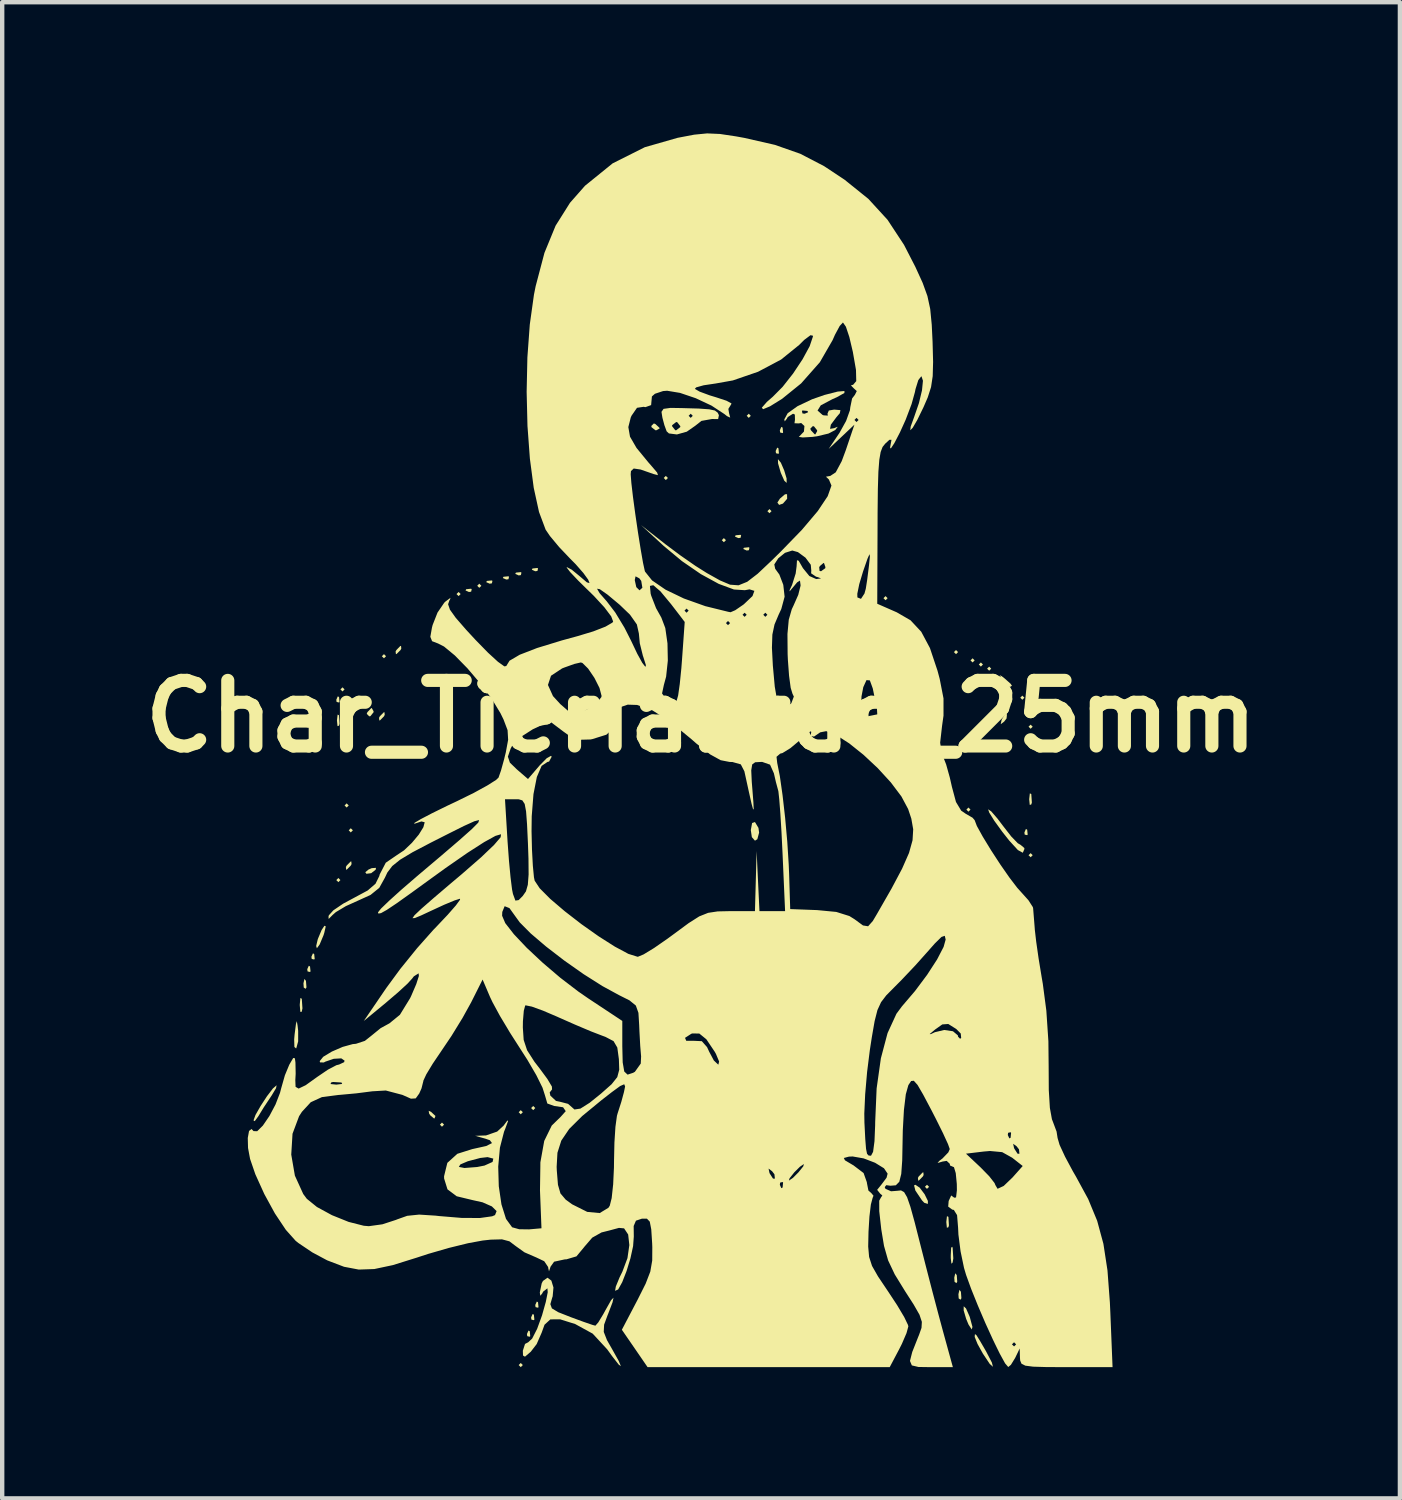
<source format=kicad_pcb>
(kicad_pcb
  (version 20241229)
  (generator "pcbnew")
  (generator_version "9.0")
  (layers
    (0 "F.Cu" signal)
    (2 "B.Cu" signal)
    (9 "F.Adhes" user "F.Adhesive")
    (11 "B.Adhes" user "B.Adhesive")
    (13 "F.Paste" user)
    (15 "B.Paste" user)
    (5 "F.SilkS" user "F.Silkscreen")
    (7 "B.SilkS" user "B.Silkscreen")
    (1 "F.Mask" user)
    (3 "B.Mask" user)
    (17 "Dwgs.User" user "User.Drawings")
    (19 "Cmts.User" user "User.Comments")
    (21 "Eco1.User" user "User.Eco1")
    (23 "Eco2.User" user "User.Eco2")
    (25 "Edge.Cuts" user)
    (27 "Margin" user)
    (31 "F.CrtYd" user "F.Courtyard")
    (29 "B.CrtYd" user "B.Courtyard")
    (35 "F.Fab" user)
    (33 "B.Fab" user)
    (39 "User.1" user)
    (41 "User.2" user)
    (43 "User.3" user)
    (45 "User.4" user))
  (footprint "Char_TieriaErde_25mm"
    (layer "F.Cu")
    (at 12.979 13.328)
    (property "Reference" "Char_TieriaErde_25mm" (at 0 0 0) (layer "F.SilkS") (effects (font (size 1.5 1.5) (thickness 0.3))))
    (attr board_only exclude_from_pos_files exclude_from_bom)
    (fp_poly (pts (xy -8.246 3.744) (xy -8.293 3.791) (xy -8.34 3.744) (xy -8.293 3.696)) (stroke (width 0) (type solid)) (fill yes) (layer "F.SilkS"))
    (fp_poly (pts (xy -8.151 -0.616) (xy -8.198 -0.569) (xy -8.246 -0.616) (xy -8.198 -0.663)) (stroke (width 0) (type solid)) (fill yes) (layer "F.SilkS"))
    (fp_poly (pts (xy -8.056 2.038) (xy -8.103 2.085) (xy -8.151 2.038) (xy -8.103 1.99)) (stroke (width 0) (type solid)) (fill yes) (layer "F.SilkS"))
    (fp_poly (pts (xy -7.961 2.606) (xy -8.009 2.654) (xy -8.056 2.606) (xy -8.009 2.559)) (stroke (width 0) (type solid)) (fill yes) (layer "F.SilkS"))
    (fp_poly (pts (xy -7.203 -1.374) (xy -7.25 -1.327) (xy -7.298 -1.374) (xy -7.25 -1.422)) (stroke (width 0) (type solid)) (fill yes) (layer "F.SilkS"))
    (fp_poly (pts (xy -5.876 9.335) (xy -5.924 9.383) (xy -5.971 9.335) (xy -5.924 9.288)) (stroke (width 0) (type solid)) (fill yes) (layer "F.SilkS"))
    (fp_poly (pts (xy -5.497 -2.796) (xy -5.544 -2.749) (xy -5.592 -2.796) (xy -5.544 -2.843)) (stroke (width 0) (type solid)) (fill yes) (layer "F.SilkS"))
    (fp_poly (pts (xy -5.023 -2.985) (xy -5.071 -2.938) (xy -5.118 -2.985) (xy -5.071 -3.033)) (stroke (width 0) (type solid)) (fill yes) (layer "F.SilkS"))
    (fp_poly (pts (xy -4.075 9.051) (xy -4.123 9.099) (xy -4.17 9.051) (xy -4.123 9.004)) (stroke (width 0) (type solid)) (fill yes) (layer "F.SilkS"))
    (fp_poly (pts (xy -4.075 14.832) (xy -4.123 14.88) (xy -4.17 14.832) (xy -4.123 14.785)) (stroke (width 0) (type solid)) (fill yes) (layer "F.SilkS"))
    (fp_poly (pts (xy -3.791 8.956) (xy -3.838 9.004) (xy -3.886 8.956) (xy -3.838 8.909)) (stroke (width 0) (type solid)) (fill yes) (layer "F.SilkS"))
    (fp_poly (pts (xy -0.758 -5.45) (xy -0.806 -5.402) (xy -0.853 -5.45) (xy -0.806 -5.497)) (stroke (width 0) (type solid)) (fill yes) (layer "F.SilkS"))
    (fp_poly (pts (xy 0.569 -4.028) (xy 0.521 -3.981) (xy 0.474 -4.028) (xy 0.521 -4.075)) (stroke (width 0) (type solid)) (fill yes) (layer "F.SilkS"))
    (fp_poly (pts (xy 1.137 -6.871) (xy 1.09 -6.824) (xy 1.043 -6.871) (xy 1.09 -6.919)) (stroke (width 0) (type solid)) (fill yes) (layer "F.SilkS"))
    (fp_poly (pts (xy 1.611 -4.691) (xy 1.564 -4.644) (xy 1.516 -4.691) (xy 1.564 -4.739)) (stroke (width 0) (type solid)) (fill yes) (layer "F.SilkS"))
    (fp_poly (pts (xy 4.265 -2.701) (xy 4.218 -2.654) (xy 4.17 -2.701) (xy 4.218 -2.749)) (stroke (width 0) (type solid)) (fill yes) (layer "F.SilkS"))
    (fp_poly (pts (xy 5.213 10.757) (xy 5.165 10.804) (xy 5.118 10.757) (xy 5.165 10.71)) (stroke (width 0) (type solid)) (fill yes) (layer "F.SilkS"))
    (fp_poly (pts (xy 5.876 -1.469) (xy 5.829 -1.422) (xy 5.781 -1.469) (xy 5.829 -1.516)) (stroke (width 0) (type solid)) (fill yes) (layer "F.SilkS"))
    (fp_poly (pts (xy 6.16 2.132) (xy 6.113 2.18) (xy 6.066 2.132) (xy 6.113 2.085)) (stroke (width 0) (type solid)) (fill yes) (layer "F.SilkS"))
    (fp_poly (pts (xy 6.255 -1.279) (xy 6.208 -1.232) (xy 6.16 -1.279) (xy 6.208 -1.327)) (stroke (width 0) (type solid)) (fill yes) (layer "F.SilkS"))
    (fp_poly (pts (xy 6.445 -1.185) (xy 6.397 -1.137) (xy 6.35 -1.185) (xy 6.397 -1.232)) (stroke (width 0) (type solid)) (fill yes) (layer "F.SilkS"))
    (fp_poly (pts (xy 6.634 -1.09) (xy 6.587 -1.043) (xy 6.54 -1.09) (xy 6.587 -1.137)) (stroke (width 0) (type solid)) (fill yes) (layer "F.SilkS"))
    (fp_poly (pts (xy 7.393 -0.426) (xy 7.345 -0.379) (xy 7.298 -0.426) (xy 7.345 -0.474)) (stroke (width 0) (type solid)) (fill yes) (layer "F.SilkS"))
    (fp_poly (pts (xy 7.582 0.237) (xy 7.535 0.284) (xy 7.487 0.237) (xy 7.535 0.19)) (stroke (width 0) (type solid)) (fill yes) (layer "F.SilkS"))
    (fp_poly (pts (xy 7.582 3.175) (xy 7.535 3.222) (xy 7.487 3.175) (xy 7.535 3.128)) (stroke (width 0) (type solid)) (fill yes) (layer "F.SilkS"))
    (fp_poly (pts (xy -9.034 6.048) (xy -9.022 6.196) (xy -9.041 6.23) (xy -9.084 6.201) (xy -9.091 6.105) (xy -9.068 6.004)) (stroke (width 0) (type solid)) (fill yes) (layer "F.SilkS"))
    (fp_poly (pts (xy -8.941 5.718) (xy -8.929 5.831) (xy -8.941 5.845) (xy -8.997 5.832) (xy -9.004 5.781) (xy -8.969 5.703)) (stroke (width 0) (type solid)) (fill yes) (layer "F.SilkS"))
    (fp_poly (pts (xy -8.846 5.434) (xy -8.834 5.546) (xy -8.846 5.56) (xy -8.902 5.547) (xy -8.909 5.497) (xy -8.874 5.419)) (stroke (width 0) (type solid)) (fill yes) (layer "F.SilkS"))
    (fp_poly (pts (xy -8.278 -0.024) (xy -8.265 0.17) (xy -8.278 0.213) (xy -8.312 0.225) (xy -8.325 0.095) (xy -8.31 -0.04)) (stroke (width 0) (type solid)) (fill yes) (layer "F.SilkS"))
    (fp_poly (pts (xy -8.277 -0.442) (xy -8.266 -0.33) (xy -8.277 -0.316) (xy -8.333 -0.329) (xy -8.34 -0.379) (xy -8.306 -0.457)) (stroke (width 0) (type solid)) (fill yes) (layer "F.SilkS"))
    (fp_poly (pts (xy -5.244 -2.906) (xy -5.257 -2.85) (xy -5.307 -2.843) (xy -5.385 -2.878) (xy -5.371 -2.906) (xy -5.258 -2.918)) (stroke (width 0) (type solid)) (fill yes) (layer "F.SilkS"))
    (fp_poly (pts (xy -4.77 -3.096) (xy -4.783 -3.04) (xy -4.834 -3.033) (xy -4.912 -3.068) (xy -4.897 -3.096) (xy -4.784 -3.107)) (stroke (width 0) (type solid)) (fill yes) (layer "F.SilkS"))
    (fp_poly (pts (xy -4.391 -3.191) (xy -4.404 -3.134) (xy -4.454 -3.128) (xy -4.532 -3.162) (xy -4.518 -3.191) (xy -4.405 -3.202)) (stroke (width 0) (type solid)) (fill yes) (layer "F.SilkS"))
    (fp_poly (pts (xy -4.107 -3.286) (xy -4.12 -3.229) (xy -4.17 -3.222) (xy -4.248 -3.257) (xy -4.233 -3.286) (xy -4.121 -3.297)) (stroke (width 0) (type solid)) (fill yes) (layer "F.SilkS"))
    (fp_poly (pts (xy -3.917 14.058) (xy -3.906 14.171) (xy -3.917 14.185) (xy -3.974 14.172) (xy -3.981 14.122) (xy -3.946 14.044)) (stroke (width 0) (type solid)) (fill yes) (layer "F.SilkS"))
    (fp_poly (pts (xy -3.823 13.679) (xy -3.811 13.792) (xy -3.823 13.806) (xy -3.879 13.793) (xy -3.886 13.743) (xy -3.851 13.665)) (stroke (width 0) (type solid)) (fill yes) (layer "F.SilkS"))
    (fp_poly (pts (xy -3.728 -3.38) (xy -3.741 -3.324) (xy -3.791 -3.317) (xy -3.869 -3.352) (xy -3.854 -3.38) (xy -3.742 -3.392)) (stroke (width 0) (type solid)) (fill yes) (layer "F.SilkS"))
    (fp_poly (pts (xy -3.728 13.395) (xy -3.717 13.508) (xy -3.728 13.521) (xy -3.784 13.508) (xy -3.791 13.458) (xy -3.756 13.38)) (stroke (width 0) (type solid)) (fill yes) (layer "F.SilkS"))
    (fp_poly (pts (xy 0.916 -4.139) (xy 0.903 -4.082) (xy 0.853 -4.075) (xy 0.775 -4.11) (xy 0.79 -4.139) (xy 0.902 -4.15)) (stroke (width 0) (type solid)) (fill yes) (layer "F.SilkS"))
    (fp_poly (pts (xy 1.106 -3.854) (xy 1.093 -3.798) (xy 1.043 -3.791) (xy 0.965 -3.826) (xy 0.979 -3.854) (xy 1.092 -3.866)) (stroke (width 0) (type solid)) (fill yes) (layer "F.SilkS"))
    (fp_poly (pts (xy 1.769 -6.129) (xy 1.78 -6.016) (xy 1.769 -6.002) (xy 1.713 -6.015) (xy 1.706 -6.066) (xy 1.741 -6.144)) (stroke (width 0) (type solid)) (fill yes) (layer "F.SilkS"))
    (fp_poly (pts (xy 1.864 -6.603) (xy 1.875 -6.49) (xy 1.864 -6.476) (xy 1.808 -6.489) (xy 1.801 -6.54) (xy 1.835 -6.618)) (stroke (width 0) (type solid)) (fill yes) (layer "F.SilkS"))
    (fp_poly (pts (xy 5.655 11.444) (xy 5.667 11.638) (xy 5.655 11.681) (xy 5.62 11.693) (xy 5.607 11.563) (xy 5.622 11.428)) (stroke (width 0) (type solid)) (fill yes) (layer "F.SilkS"))
    (fp_poly (pts (xy 5.846 12.777) (xy 5.857 12.925) (xy 5.839 12.959) (xy 5.796 12.93) (xy 5.789 12.834) (xy 5.812 12.733)) (stroke (width 0) (type solid)) (fill yes) (layer "F.SilkS"))
    (fp_poly (pts (xy 5.941 13.156) (xy 5.952 13.304) (xy 5.933 13.338) (xy 5.89 13.309) (xy 5.884 13.213) (xy 5.907 13.112)) (stroke (width 0) (type solid)) (fill yes) (layer "F.SilkS"))
    (fp_poly (pts (xy 7.456 -0.158) (xy 7.467 -0.045) (xy 7.456 -0.032) (xy 7.399 -0.045) (xy 7.393 -0.095) (xy 7.427 -0.173)) (stroke (width 0) (type solid)) (fill yes) (layer "F.SilkS"))
    (fp_poly (pts (xy 7.456 2.591) (xy 7.467 2.703) (xy 7.456 2.717) (xy 7.399 2.704) (xy 7.393 2.654) (xy 7.427 2.576)) (stroke (width 0) (type solid)) (fill yes) (layer "F.SilkS"))
    (fp_poly (pts (xy 7.55 1.777) (xy 7.563 1.971) (xy 7.55 2.014) (xy 7.515 2.026) (xy 7.502 1.896) (xy 7.517 1.761)) (stroke (width 0) (type solid)) (fill yes) (layer "F.SilkS"))
    (fp_poly (pts (xy 7.552 0.551) (xy 7.563 0.699) (xy 7.545 0.733) (xy 7.501 0.704) (xy 7.495 0.608) (xy 7.518 0.507)) (stroke (width 0) (type solid)) (fill yes) (layer "F.SilkS"))
    (fp_poly (pts (xy -7.441 3.508) (xy -7.542 3.586) (xy -7.651 3.6) (xy -7.677 3.564) (xy -7.603 3.503) (xy -7.53 3.471) (xy -7.432 3.464)) (stroke (width 0) (type solid)) (fill yes) (layer "F.SilkS"))
    (fp_poly (pts (xy -6.175 9.042) (xy -6.073 9.137) (xy -6.094 9.192) (xy -6.107 9.193) (xy -6.188 9.126) (xy -6.217 9.084) (xy -6.228 9.019)) (stroke (width 0) (type solid)) (fill yes) (layer "F.SilkS"))
    (fp_poly (pts (xy 1.968 -4.974) (xy 1.872 -4.864) (xy 1.784 -4.834) (xy 1.745 -4.888) (xy 1.803 -4.978) (xy 1.919 -5.077) (xy 1.966 -5.079)) (stroke (width 0) (type solid)) (fill yes) (layer "F.SilkS"))
    (fp_poly (pts (xy 6.984 0.05) (xy 6.93 0.12) (xy 6.851 0.18) (xy 6.871 0.085) (xy 6.877 0.067) (xy 6.952 -0.049) (xy 6.995 -0.05)) (stroke (width 0) (type solid)) (fill yes) (layer "F.SilkS"))
    (fp_poly (pts (xy -9.132 6.454) (xy -9.128 6.47) (xy -9.114 6.677) (xy -9.131 6.755) (xy -9.162 6.758) (xy -9.175 6.609) (xy -9.175 6.587) (xy -9.161 6.44)) (stroke (width 0) (type solid)) (fill yes) (layer "F.SilkS"))
    (fp_poly (pts (xy -7.991 3.378) (xy -8.009 3.412) (xy -8.098 3.502) (xy -8.115 3.507) (xy -8.121 3.445) (xy -8.103 3.412) (xy -8.014 3.321) (xy -7.997 3.317)) (stroke (width 0) (type solid)) (fill yes) (layer "F.SilkS"))
    (fp_poly (pts (xy -7.488 -0.116) (xy -7.487 -0.095) (xy -7.56 -0.004) (xy -7.588 -0.000001) (xy -7.644 -0.058) (xy -7.629 -0.095) (xy -7.544 -0.185) (xy -7.529 -0.19)) (stroke (width 0) (type solid)) (fill yes) (layer "F.SilkS"))
    (fp_poly (pts (xy -7.233 -0.034) (xy -7.25 -0.000001) (xy -7.34 0.091) (xy -7.356 0.095) (xy -7.363 0.034) (xy -7.345 -0.000001) (xy -7.256 -0.091) (xy -7.239 -0.095)) (stroke (width 0) (type solid)) (fill yes) (layer "F.SilkS"))
    (fp_poly (pts (xy -6.854 -1.55) (xy -6.871 -1.516) (xy -6.961 -1.426) (xy -6.977 -1.422) (xy -6.984 -1.483) (xy -6.966 -1.516) (xy -6.877 -1.607) (xy -6.86 -1.611)) (stroke (width 0) (type solid)) (fill yes) (layer "F.SilkS"))
    (fp_poly (pts (xy -1.043 -6.682) (xy -0.952 -6.597) (xy -0.948 -6.581) (xy -1.021 -6.541) (xy -1.043 -6.54) (xy -1.134 -6.612) (xy -1.137 -6.64) (xy -1.079 -6.697)) (stroke (width 0) (type solid)) (fill yes) (layer "F.SilkS"))
    (fp_poly (pts (xy 1.312 2.55) (xy 1.327 2.659) (xy 1.286 2.81) (xy 1.232 2.843) (xy 1.161 2.762) (xy 1.137 2.601) (xy 1.167 2.439) (xy 1.232 2.417)) (stroke (width 0) (type solid)) (fill yes) (layer "F.SilkS"))
    (fp_poly (pts (xy 5.088 10.487) (xy 5.071 10.52) (xy 4.981 10.611) (xy 4.965 10.615) (xy 4.958 10.554) (xy 4.976 10.52) (xy 5.065 10.43) (xy 5.082 10.425)) (stroke (width 0) (type solid)) (fill yes) (layer "F.SilkS"))
    (fp_poly (pts (xy 5.752 12.155) (xy 5.767 12.395) (xy 5.752 12.487) (xy 5.724 12.516) (xy 5.709 12.385) (xy 5.709 12.321) (xy 5.718 12.148) (xy 5.743 12.128)) (stroke (width 0) (type solid)) (fill yes) (layer "F.SilkS"))
    (fp_poly (pts (xy 6.874 -0.918) (xy 6.942 -0.865) (xy 7.074 -0.748) (xy 7.108 -0.699) (xy 7.062 -0.671) (xy 6.936 -0.793) (xy 6.907 -0.829) (xy 6.825 -0.942)) (stroke (width 0) (type solid)) (fill yes) (layer "F.SilkS"))
    (fp_poly (pts (xy -8.581 4.802) (xy -8.615 4.951) (xy -8.631 5.002) (xy -8.72 5.215) (xy -8.784 5.303) (xy -8.8 5.251) (xy -8.763 5.094) (xy -8.676 4.886) (xy -8.611 4.788)) (stroke (width 0) (type solid)) (fill yes) (layer "F.SilkS"))
    (fp_poly (pts (xy 4.999 10.777) (xy 5.112 10.928) (xy 5.186 11.08) (xy 5.185 11.148) (xy 5.103 11.122) (xy 5.051 11.067) (xy 4.9 10.842) (xy 4.87 10.724) (xy 4.9 10.71)) (stroke (width 0) (type solid)) (fill yes) (layer "F.SilkS"))
    (fp_poly (pts (xy 6.058 13.538) (xy 6.136 13.714) (xy 6.145 13.738) (xy 6.205 13.961) (xy 6.188 14.019) (xy 6.114 13.904) (xy 6.061 13.777) (xy 6.004 13.583) (xy 6.005 13.488)) (stroke (width 0) (type solid)) (fill yes) (layer "F.SilkS"))
    (fp_poly (pts (xy -9.225 7.074) (xy -9.212 7.191) (xy -9.212 7.432) (xy -9.254 7.585) (xy -9.26 7.592) (xy -9.298 7.56) (xy -9.303 7.386) (xy -9.293 7.272) (xy -9.262 7.031) (xy -9.243 6.969)) (stroke (width 0) (type solid)) (fill yes) (layer "F.SilkS"))
    (fp_poly (pts (xy 1.825 -5.798) (xy 1.9 -5.624) (xy 1.955 -5.441) (xy 1.957 -5.337) (xy 1.957 -5.337) (xy 1.903 -5.387) (xy 1.825 -5.563) (xy 1.817 -5.587) (xy 1.76 -5.784) (xy 1.757 -5.875) (xy 1.761 -5.876)) (stroke (width 0) (type solid)) (fill yes) (layer "F.SilkS"))
    (fp_poly (pts (xy 6.296 14.149) (xy 6.38 14.284) (xy 6.519 14.524) (xy 6.649 14.775) (xy 6.673 14.872) (xy 6.601 14.807) (xy 6.446 14.575) (xy 6.444 14.572) (xy 6.321 14.35) (xy 6.258 14.194) (xy 6.256 14.177) (xy 6.262 14.124)) (stroke (width 0) (type solid)) (fill yes) (layer "F.SilkS"))
    (fp_poly (pts (xy -9.718 8.502) (xy -9.816 8.666) (xy -9.836 8.696) (xy -9.998 8.94) (xy -10.124 9.146) (xy -10.205 9.256) (xy -10.233 9.239) (xy -10.187 9.113) (xy -10.07 8.908) (xy -9.925 8.686) (xy -9.789 8.508) (xy -9.705 8.435) (xy -9.705 8.435)) (stroke (width 0) (type solid)) (fill yes) (layer "F.SilkS"))
    (fp_poly (pts (xy 6.634 2.173) (xy 6.777 2.338) (xy 6.909 2.512) (xy 7.092 2.747) (xy 7.242 2.902) (xy 7.304 2.938) (xy 7.39 3.01) (xy 7.393 3.033) (xy 7.356 3.119) (xy 7.243 3.057) (xy 7.045 2.84) (xy 6.887 2.64) (xy 6.705 2.389) (xy 6.589 2.202) (xy 6.563 2.125)) (stroke (width 0) (type solid)) (fill yes) (layer "F.SilkS"))
    (fp_poly (pts (xy -0.446 -7.048) (xy -0.056 -7.037) (xy 0.185 -7.02) (xy 0.316 -6.992) (xy 0.38 -6.943) (xy 0.408 -6.886) (xy 0.39 -6.796) (xy 0.249 -6.798) (xy 0.009 -6.755) (xy -0.136 -6.641) (xy -0.327 -6.508) (xy -0.552 -6.445) (xy -0.735 -6.468) (xy -0.787 -6.516) (xy -0.83 -6.634) (xy -0.663 -6.634) (xy -0.591 -6.542) (xy -0.569 -6.54) (xy -0.477 -6.612) (xy -0.474 -6.634) (xy -0.546 -6.726) (xy -0.569 -6.729) (xy -0.661 -6.657) (xy -0.663 -6.634) (xy -0.83 -6.634) (xy -0.838 -6.655) (xy -0.883 -6.824) (xy -0.891 -6.871) (xy -0.284 -6.871) (xy -0.237 -6.824) (xy -0.19 -6.871) (xy -0.237 -6.919) (xy -0.284 -6.871) (xy -0.891 -6.871) (xy -0.905 -6.962) (xy -0.858 -7.03) (xy -0.7 -7.052)) (stroke (width 0) (type solid)) (fill yes) (layer "F.SilkS"))
    (fp_poly (pts (xy -3.423 12.901) (xy -3.375 13.059) (xy -3.393 13.261) (xy -3.406 13.299) (xy -3.446 13.44) (xy -3.411 13.536) (xy -3.267 13.623) (xy -2.978 13.737) (xy -2.978 13.737) (xy -2.692 13.842) (xy -2.486 13.913) (xy -2.416 13.932) (xy -2.35 13.857) (xy -2.235 13.667) (xy -2.186 13.577) (xy -2.057 13.349) (xy -2.002 13.291) (xy -2.024 13.397) (xy -2.125 13.662) (xy -2.137 13.691) (xy -2.217 13.909) (xy -2.225 14.074) (xy -2.151 14.263) (xy -2.038 14.461) (xy -1.883 14.738) (xy -1.833 14.858) (xy -1.884 14.821) (xy -2.035 14.627) (xy -2.147 14.472) (xy -2.478 14.114) (xy -2.879 13.894) (xy -3.224 13.786) (xy -3.446 13.788) (xy -3.579 13.91) (xy -3.644 14.09) (xy -3.759 14.353) (xy -3.894 14.528) (xy -4.026 14.641) (xy -4.071 14.614) (xy -4.075 14.504) (xy -4.025 14.349) (xy -3.952 14.311) (xy -3.862 14.227) (xy -3.748 14.004) (xy -3.636 13.695) (xy -3.55 13.389) (xy -3.506 13.168) (xy -3.513 13.079) (xy -3.515 13.079) (xy -3.61 13.153) (xy -3.634 13.198) (xy -3.676 13.248) (xy -3.687 13.174) (xy -3.644 12.965) (xy -3.615 12.909) (xy -3.512 12.835)) (stroke (width 0) (type solid)) (fill yes) (layer "F.SilkS"))
    (fp_poly (pts (xy 3.277 -7.393) (xy 3.106 -7.297) (xy 3 -7.25) (xy 2.737 -7.111) (xy 2.663 -6.992) (xy 2.776 -6.892) (xy 2.801 -6.882) (xy 2.899 -6.876) (xy 2.89 -6.92) (xy 2.921 -6.992) (xy 3.042 -7.013) (xy 3.186 -7.001) (xy 3.173 -6.931) (xy 3.095 -6.84) (xy 2.967 -6.668) (xy 2.949 -6.573) (xy 3.045 -6.589) (xy 3.057 -6.595) (xy 3.126 -6.621) (xy 3.068 -6.546) (xy 2.912 -6.465) (xy 2.651 -6.403) (xy 2.547 -6.389) (xy 2.326 -6.376) (xy 2.235 -6.389) (xy 2.251 -6.405) (xy 2.352 -6.511) (xy 2.358 -6.576) (xy 2.497 -6.576) (xy 2.512 -6.54) (xy 2.597 -6.449) (xy 2.612 -6.445) (xy 2.653 -6.518) (xy 2.654 -6.54) (xy 2.581 -6.631) (xy 2.553 -6.634) (xy 2.497 -6.576) (xy 2.358 -6.576) (xy 2.363 -6.638) (xy 2.29 -6.706) (xy 2.232 -6.697) (xy 2.136 -6.701) (xy 2.147 -6.781) (xy 2.144 -6.9) (xy 2.103 -6.919) (xy 1.983 -6.844) (xy 1.958 -6.8) (xy 1.913 -6.744) (xy 1.903 -6.789) (xy 1.98 -6.93) (xy 2.053 -6.982) (xy 2.306 -6.982) (xy 2.319 -6.925) (xy 2.369 -6.919) (xy 2.447 -6.953) (xy 2.433 -6.982) (xy 2.32 -6.993) (xy 2.306 -6.982) (xy 2.053 -6.982) (xy 2.205 -7.091) (xy 2.538 -7.249) (xy 2.822 -7.348) (xy 3.123 -7.425) (xy 3.278 -7.438)) (stroke (width 0) (type solid)) (fill yes) (layer "F.SilkS"))
    (fp_poly (pts (xy 0.432 -13.315) (xy 0.799 -13.26) (xy 0.991 -13.225) (xy 1.687 -13.066) (xy 2.269 -12.862) (xy 2.812 -12.58) (xy 3.281 -12.269) (xy 3.825 -11.831) (xy 4.263 -11.353) (xy 4.64 -10.78) (xy 4.898 -10.279) (xy 5.067 -9.909) (xy 5.175 -9.61) (xy 5.239 -9.314) (xy 5.274 -8.953) (xy 5.293 -8.561) (xy 5.305 -8.104) (xy 5.296 -7.778) (xy 5.258 -7.527) (xy 5.183 -7.293) (xy 5.086 -7.069) (xy 4.943 -6.776) (xy 4.838 -6.596) (xy 4.783 -6.541) (xy 4.793 -6.627) (xy 4.873 -6.848) (xy 4.981 -7.161) (xy 5.051 -7.453) (xy 5.073 -7.673) (xy 5.041 -7.77) (xy 5.033 -7.772) (xy 4.967 -7.688) (xy 4.903 -7.482) (xy 4.89 -7.416) (xy 4.813 -7.139) (xy 4.678 -6.782) (xy 4.547 -6.492) (xy 4.419 -6.246) (xy 4.338 -6.123) (xy 4.321 -6.146) (xy 4.324 -6.16) (xy 4.354 -6.323) (xy 4.306 -6.322) (xy 4.211 -6.235) (xy 4.15 -6.159) (xy 4.106 -6.044) (xy 4.075 -5.864) (xy 4.054 -5.591) (xy 4.042 -5.197) (xy 4.036 -4.655) (xy 4.035 -4.323) (xy 4.028 -2.574) (xy 4.475 -2.378) (xy 4.789 -2.196) (xy 5.034 -1.934) (xy 5.233 -1.561) (xy 5.406 -1.043) (xy 5.456 -0.856) (xy 5.543 -0.409) (xy 5.543 -0.016) (xy 5.511 0.21) (xy 5.466 0.603) (xy 5.506 0.86) (xy 5.525 0.899) (xy 5.603 1.099) (xy 5.688 1.403) (xy 5.735 1.611) (xy 5.828 1.958) (xy 5.947 2.156) (xy 6.048 2.226) (xy 6.207 2.318) (xy 6.255 2.374) (xy 6.306 2.508) (xy 6.44 2.75) (xy 6.627 3.057) (xy 6.84 3.384) (xy 7.05 3.686) (xy 7.228 3.919) (xy 7.309 4.009) (xy 7.485 4.205) (xy 7.585 4.361) (xy 7.592 4.388) (xy 7.605 4.551) (xy 7.626 4.812) (xy 7.631 4.881) (xy 7.662 5.15) (xy 7.717 5.535) (xy 7.788 5.968) (xy 7.813 6.113) (xy 7.894 6.728) (xy 7.941 7.428) (xy 7.947 8.009) (xy 7.95 8.543) (xy 7.975 8.954) (xy 8.022 9.213) (xy 8.04 9.258) (xy 8.128 9.493) (xy 8.151 9.64) (xy 8.197 9.798) (xy 8.322 10.068) (xy 8.5 10.4) (xy 8.572 10.524) (xy 8.851 11.037) (xy 9.056 11.533) (xy 9.199 12.061) (xy 9.292 12.669) (xy 9.347 13.404) (xy 9.357 13.624) (xy 9.408 14.88) (xy 8.353 14.88) (xy 7.894 14.878) (xy 7.592 14.869) (xy 7.414 14.846) (xy 7.326 14.801) (xy 7.296 14.729) (xy 7.291 14.667) (xy 7.285 14.453) (xy 7.182 14.667) (xy 7.084 14.827) (xy 7.023 14.877) (xy 6.951 14.793) (xy 6.829 14.571) (xy 6.725 14.359) (xy 7.108 14.359) (xy 7.156 14.406) (xy 7.203 14.359) (xy 7.156 14.311) (xy 7.108 14.359) (xy 6.725 14.359) (xy 6.673 14.251) (xy 6.5 13.872) (xy 6.329 13.473) (xy 6.176 13.093) (xy 6.059 12.77) (xy 6.012 12.611) (xy 5.933 12.232) (xy 5.884 11.849) (xy 5.876 11.685) (xy 5.853 11.404) (xy 5.779 11.285) (xy 5.743 11.278) (xy 5.65 11.209) (xy 5.661 11.081) (xy 5.719 10.955) (xy 5.789 11.006) (xy 5.83 11) (xy 5.849 10.837) (xy 5.847 10.692) (xy 5.823 10.444) (xy 5.782 10.308) (xy 5.758 10.298) (xy 5.692 10.269) (xy 5.687 10.231) (xy 5.616 10.164) (xy 5.521 10.179) (xy 5.407 10.213) (xy 5.444 10.167) (xy 5.521 10.107) (xy 5.625 9.999) (xy 6.057 9.999) (xy 6.393 10.315) (xy 6.589 10.516) (xy 6.71 10.671) (xy 6.729 10.717) (xy 6.779 10.802) (xy 6.919 10.737) (xy 7.121 10.543) (xy 7.354 10.281) (xy 7.112 10.091) (xy 6.884 9.964) (xy 6.606 9.938) (xy 6.464 9.95) (xy 6.057 9.999) (xy 5.625 9.999) (xy 5.653 9.97) (xy 5.686 9.894) (xy 5.645 9.778) (xy 5.642 9.772) (xy 7.135 9.772) (xy 7.155 9.867) (xy 7.162 9.884) (xy 7.237 10.001) (xy 7.279 10.001) (xy 7.269 9.901) (xy 7.215 9.831) (xy 7.135 9.772) (xy 5.642 9.772) (xy 5.55 9.572) (xy 7.013 9.572) (xy 7.048 9.65) (xy 7.077 9.636) (xy 7.088 9.523) (xy 7.077 9.509) (xy 7.02 9.522) (xy 7.013 9.572) (xy 5.55 9.572) (xy 5.534 9.536) (xy 5.372 9.21) (xy 5.271 9.013) (xy 5.077 8.647) (xy 4.949 8.427) (xy 4.864 8.332) (xy 4.803 8.338) (xy 4.745 8.424) (xy 4.738 8.437) (xy 4.681 8.642) (xy 4.638 8.999) (xy 4.612 9.47) (xy 4.608 9.684) (xy 4.599 10.153) (xy 4.577 10.462) (xy 4.532 10.642) (xy 4.453 10.722) (xy 4.328 10.732) (xy 4.234 10.719) (xy 4.199 10.765) (xy 4.216 10.802) (xy 4.344 10.859) (xy 4.484 10.848) (xy 4.571 10.839) (xy 4.642 10.878) (xy 4.71 10.994) (xy 4.786 11.213) (xy 4.883 11.565) (xy 4.996 12.009) (xy 5.137 12.562) (xy 5.287 13.142) (xy 5.428 13.676) (xy 5.529 14.051) (xy 5.757 14.88) (xy 5.241 14.88) (xy 4.97 14.876) (xy 4.819 14.84) (xy 4.776 14.738) (xy 4.828 14.534) (xy 4.963 14.192) (xy 4.984 14.141) (xy 5.04 13.982) (xy 5.048 13.845) (xy 4.994 13.682) (xy 4.861 13.449) (xy 4.666 13.146) (xy 4.428 12.759) (xy 4.277 12.44) (xy 4.183 12.109) (xy 4.12 11.729) (xy 4.074 11.315) (xy 4.073 11.074) (xy 4.117 10.993) (xy 4.119 10.993) (xy 4.144 10.954) (xy 4.095 10.913) (xy 4.026 10.826) (xy 4.118 10.713) (xy 4.241 10.549) (xy 4.265 10.456) (xy 4.182 10.333) (xy 3.978 10.207) (xy 3.717 10.107) (xy 3.465 10.063) (xy 3.379 10.067) (xy 3.264 10.098) (xy 3.29 10.151) (xy 3.47 10.258) (xy 3.483 10.265) (xy 3.716 10.442) (xy 3.791 10.654) (xy 3.791 10.665) (xy 3.826 10.842) (xy 3.891 10.899) (xy 3.942 10.96) (xy 3.921 11.014) (xy 3.882 11.162) (xy 3.849 11.439) (xy 3.828 11.788) (xy 3.828 11.796) (xy 3.821 12.123) (xy 3.842 12.36) (xy 3.909 12.566) (xy 4.045 12.805) (xy 4.267 13.136) (xy 4.272 13.143) (xy 4.484 13.465) (xy 4.645 13.736) (xy 4.731 13.915) (xy 4.739 13.949) (xy 4.697 14.102) (xy 4.591 14.348) (xy 4.526 14.477) (xy 4.313 14.88) (xy 1.545 14.88) (xy -1.223 14.88) (xy -1.517 14.452) (xy -1.811 14.025) (xy -1.451 13.338) (xy -1.267 12.971) (xy -1.161 12.696) (xy -1.117 12.443) (xy -1.115 12.14) (xy -1.118 12.054) (xy -1.139 11.729) (xy -1.173 11.553) (xy -1.238 11.485) (xy -1.35 11.485) (xy -1.355 11.486) (xy -1.489 11.531) (xy -1.541 11.653) (xy -1.538 11.894) (xy -1.554 12.113) (xy -1.615 12.392) (xy -1.704 12.684) (xy -1.803 12.937) (xy -1.896 13.104) (xy -1.966 13.135) (xy -1.949 13.037) (xy -1.864 12.829) (xy -1.799 12.697) (xy -1.683 12.387) (xy -1.64 12.089) (xy -1.667 11.847) (xy -1.76 11.707) (xy -1.877 11.696) (xy -2.096 11.755) (xy -2.276 11.8) (xy -2.488 11.919) (xy -2.67 12.13) (xy -2.674 12.136) (xy -2.849 12.347) (xy -3.079 12.415) (xy -3.116 12.416) (xy -3.36 12.469) (xy -3.441 12.582) (xy -3.477 12.689) (xy -3.494 12.615) (xy -3.496 12.592) (xy -3.586 12.458) (xy -3.767 12.372) (xy -4.037 12.255) (xy -4.236 12.113) (xy -4.382 12.003) (xy -4.552 11.958) (xy -4.812 11.965) (xy -4.994 11.985) (xy -5.326 12.046) (xy -5.766 12.154) (xy -6.243 12.292) (xy -6.503 12.377) (xy -7.047 12.547) (xy -7.471 12.637) (xy -7.826 12.649) (xy -8.163 12.585) (xy -8.533 12.444) (xy -8.554 12.435) (xy -8.887 12.257) (xy -9.208 12.041) (xy -9.27 11.991) (xy -9.494 11.74) (xy -9.744 11.365) (xy -9.986 10.922) (xy -10.191 10.47) (xy -10.311 10.12) (xy -10.33 10.02) (xy -9.37 10.02) (xy -9.287 10.501) (xy -9.096 10.921) (xy -9.014 11.031) (xy -8.783 11.218) (xy -8.44 11.405) (xy -8.058 11.559) (xy -7.712 11.647) (xy -7.596 11.657) (xy -7.286 11.614) (xy -6.97 11.511) (xy -6.956 11.504) (xy -6.719 11.42) (xy -6.446 11.392) (xy -6.069 11.416) (xy -5.994 11.425) (xy -5.473 11.468) (xy -5.056 11.47) (xy -4.777 11.431) (xy -4.711 11.403) (xy -4.675 11.312) (xy -4.783 11.205) (xy -4.997 11.111) (xy -5.218 11.062) (xy -5.587 10.973) (xy -5.798 10.815) (xy -5.875 10.567) (xy -5.876 10.515) (xy -5.824 10.302) (xy -5.538 10.302) (xy -5.413 10.326) (xy -5.402 10.326) (xy -5.12 10.304) (xy -4.952 10.271) (xy -4.767 10.188) (xy -4.75 10.112) (xy -4.881 10.078) (xy -5.047 10.097) (xy -5.332 10.172) (xy -5.503 10.245) (xy -5.538 10.302) (xy -5.824 10.302) (xy -5.801 10.209) (xy -5.572 10.002) (xy -5.233 9.895) (xy -4.913 9.824) (xy -4.78 9.757) (xy -4.829 9.692) (xy -4.929 9.657) (xy -5.165 9.591) (xy -4.916 9.582) (xy -4.662 9.494) (xy -4.516 9.359) (xy -4.427 9.239) (xy -4.413 9.253) (xy -4.473 9.418) (xy -4.505 9.498) (xy -4.599 9.862) (xy -4.638 10.295) (xy -4.625 10.744) (xy -4.564 11.159) (xy -4.46 11.49) (xy -4.32 11.682) (xy -4.158 11.727) (xy -3.933 11.73) (xy -3.649 11.705) (xy -3.683 10.84) (xy -3.675 10.301) (xy -3.302 10.301) (xy -3.298 10.39) (xy -3.272 10.711) (xy -3.215 10.908) (xy -3.096 11.049) (xy -2.948 11.157) (xy -2.603 11.33) (xy -2.318 11.357) (xy -2.119 11.237) (xy -2.088 11.19) (xy -2.044 11.015) (xy -2.011 10.71) (xy 1.801 10.71) (xy 1.835 10.788) (xy 1.864 10.773) (xy 1.875 10.66) (xy 1.864 10.647) (xy 1.808 10.66) (xy 1.801 10.71) (xy -2.011 10.71) (xy -2.01 10.707) (xy -2.006 10.615) (xy 2.008 10.615) (xy 2.1 10.553) (xy 2.227 10.425) (xy 2.337 10.288) (xy 2.351 10.236) (xy 2.26 10.298) (xy 2.132 10.425) (xy 2.023 10.563) (xy 2.008 10.615) (xy -2.006 10.615) (xy -1.993 10.34) (xy 1.543 10.34) (xy 1.563 10.435) (xy 1.57 10.453) (xy 1.645 10.569) (xy 1.688 10.57) (xy 1.677 10.47) (xy 1.623 10.4) (xy 1.543 10.34) (xy -1.993 10.34) (xy -1.992 10.319) (xy -1.99 10.153) (xy -1.981 9.744) (xy -1.958 9.385) (xy -1.924 9.136) (xy -1.909 9.081) (xy -1.909 9.081) (xy 3.732 9.081) (xy 3.735 9.288) (xy 3.754 9.664) (xy 3.772 9.889) (xy 3.795 10.002) (xy 3.831 10.042) (xy 3.886 10.046) (xy 3.933 9.957) (xy 3.965 9.714) (xy 3.98 9.352) (xy 3.981 9.274) (xy 4.014 8.507) (xy 4.111 7.819) (xy 4.258 7.264) (xy 5.227 7.264) (xy 5.252 7.266) (xy 5.345 7.222) (xy 5.558 7.171) (xy 5.759 7.2) (xy 5.871 7.294) (xy 5.876 7.325) (xy 5.922 7.372) (xy 5.947 7.353) (xy 5.937 7.252) (xy 5.834 7.148) (xy 5.652 7.034) (xy 5.515 7.044) (xy 5.349 7.162) (xy 5.227 7.264) (xy 4.258 7.264) (xy 4.265 7.24) (xy 4.467 6.8) (xy 4.59 6.634) (xy 4.891 6.281) (xy 5.169 5.909) (xy 5.396 5.559) (xy 5.545 5.272) (xy 5.592 5.104) (xy 5.572 5.018) (xy 5.496 5.044) (xy 5.342 5.196) (xy 5.193 5.365) (xy 4.901 5.692) (xy 4.582 6.029) (xy 4.404 6.208) (xy 4.233 6.381) (xy 4.115 6.536) (xy 4.032 6.717) (xy 3.968 6.969) (xy 3.904 7.337) (xy 3.859 7.629) (xy 3.796 8.132) (xy 3.752 8.64) (xy 3.732 9.081) (xy -1.909 9.081) (xy -1.824 8.816) (xy -1.763 8.591) (xy -1.737 8.462) (xy -1.757 8.412) (xy -1.85 8.453) (xy -2.043 8.594) (xy -2.283 8.781) (xy -2.718 9.139) (xy -3.015 9.434) (xy -3.196 9.701) (xy -3.284 9.978) (xy -3.302 10.301) (xy -3.675 10.301) (xy -3.674 10.197) (xy -3.586 9.708) (xy -3.414 9.356) (xy -3.211 9.158) (xy -3.094 9.027) (xy -3.155 8.938) (xy -3.357 8.909) (xy -3.515 8.852) (xy -3.568 8.67) (xy -3.625 8.491) (xy -3.767 8.204) (xy -3.971 7.854) (xy -4.118 7.625) (xy -4.369 7.233) (xy -4.439 7.115) (xy -4.075 7.115) (xy -4.056 7.398) (xy -3.978 7.634) (xy -3.81 7.897) (xy -3.694 8.047) (xy -3.514 8.291) (xy -3.411 8.464) (xy -3.407 8.53) (xy -3.461 8.599) (xy -3.446 8.672) (xy -3.317 8.793) (xy -3.218 8.814) (xy -3.041 8.86) (xy -2.985 8.909) (xy -2.895 8.989) (xy -2.759 8.969) (xy -2.548 8.836) (xy -2.291 8.629) (xy -2.045 8.411) (xy -1.916 8.249) (xy -1.871 8.08) (xy -1.879 7.842) (xy -1.879 7.839) (xy -1.915 7.573) (xy -2.001 7.426) (xy -2.186 7.329) (xy -2.259 7.302) (xy -2.519 7.202) (xy -2.876 7.051) (xy -3.257 6.883) (xy -3.287 6.869) (xy -3.612 6.73) (xy -3.868 6.637) (xy -4.009 6.608) (xy -4.021 6.612) (xy -4.053 6.731) (xy -4.073 6.972) (xy -4.075 7.115) (xy -4.439 7.115) (xy -4.597 6.852) (xy -4.768 6.537) (xy -4.824 6.419) (xy -4.995 6.018) (xy -5.257 6.54) (xy -5.454 6.896) (xy -5.707 7.308) (xy -5.935 7.646) (xy -6.135 7.942) (xy -6.282 8.185) (xy -6.349 8.329) (xy -6.35 8.34) (xy -6.392 8.507) (xy -6.444 8.624) (xy -6.524 8.735) (xy -6.633 8.742) (xy -6.829 8.655) (xy -7.208 8.555) (xy -7.516 8.573) (xy -7.883 8.62) (xy -8.253 8.654) (xy -8.293 8.657) (xy -8.669 8.706) (xy -8.924 8.823) (xy -9.126 9.042) (xy -9.191 9.143) (xy -9.341 9.544) (xy -9.37 10.02) (xy -10.33 10.02) (xy -10.358 9.868) (xy -10.364 9.64) (xy -10.335 9.48) (xy -10.278 9.435) (xy -10.232 9.483) (xy -10.149 9.486) (xy -10.019 9.357) (xy -9.87 9.139) (xy -9.73 8.875) (xy -9.627 8.609) (xy -9.601 8.508) (xy -9.515 8.206) (xy -9.415 7.965) (xy -9.325 7.811) (xy -9.287 7.818) (xy -9.274 7.914) (xy -9.269 8.171) (xy -9.277 8.317) (xy -9.271 8.471) (xy -9.201 8.511) (xy -9.039 8.433) (xy -9.003 8.407) (xy -8.471 8.407) (xy -8.34 8.42) (xy -8.206 8.405) (xy -8.222 8.372) (xy -8.416 8.36) (xy -8.459 8.372) (xy -8.471 8.407) (xy -9.003 8.407) (xy -8.774 8.243) (xy -8.531 8.078) (xy -8.337 7.976) (xy -8.276 7.961) (xy -8.161 7.907) (xy -8.151 7.872) (xy -8.226 7.82) (xy -8.399 7.83) (xy -8.59 7.895) (xy -8.625 7.914) (xy -8.712 7.912) (xy -8.719 7.883) (xy -8.639 7.784) (xy -8.442 7.665) (xy -8.195 7.558) (xy -7.964 7.494) (xy -7.89 7.487) (xy -7.687 7.42) (xy -7.543 7.306) (xy -7.327 7.13) (xy -7.125 7.019) (xy -6.886 6.824) (xy -6.652 6.443) (xy -6.629 6.395) (xy -6.512 6.123) (xy -6.452 5.936) (xy -6.458 5.876) (xy -6.567 5.945) (xy -6.606 5.996) (xy -6.714 6.114) (xy -6.925 6.308) (xy -7.193 6.537) (xy -7.197 6.541) (xy -7.712 6.966) (xy -7.197 6.211) (xy -6.876 5.774) (xy -6.493 5.301) (xy -6.121 4.882) (xy -6.054 4.813) (xy -5.814 4.559) (xy -4.549 4.559) (xy -4.477 4.728) (xy -4.28 4.981) (xy -3.986 5.292) (xy -3.624 5.631) (xy -3.222 5.974) (xy -2.808 6.291) (xy -2.581 6.448) (xy -1.801 6.964) (xy -1.801 7.541) (xy -1.792 7.913) (xy -1.756 8.121) (xy -1.68 8.192) (xy -1.553 8.15) (xy -1.513 8.127) (xy -1.379 7.939) (xy -1.371 7.777) (xy -1.391 7.536) (xy -1.401 7.351) (xy -0.367 7.351) (xy -0.339 7.418) (xy -0.159 7.419) (xy -0.157 7.419) (xy 0.017 7.427) (xy 0.137 7.563) (xy 0.186 7.669) (xy 0.292 7.868) (xy 0.389 7.96) (xy 0.396 7.961) (xy 0.412 7.891) (xy 0.34 7.718) (xy 0.313 7.67) (xy 0.121 7.384) (xy -0.041 7.252) (xy -0.204 7.251) (xy -0.225 7.259) (xy -0.367 7.351) (xy -1.401 7.351) (xy -1.409 7.208) (xy -1.415 7.061) (xy -1.432 6.78) (xy -1.491 6.613) (xy -1.637 6.494) (xy -1.876 6.374) (xy -2.254 6.168) (xy -2.685 5.895) (xy -3.127 5.584) (xy -3.544 5.263) (xy -3.896 4.963) (xy -4.145 4.712) (xy -4.225 4.602) (xy -4.381 4.385) (xy -4.491 4.341) (xy -4.545 4.472) (xy -4.549 4.559) (xy -5.814 4.559) (xy -5.794 4.538) (xy -5.605 4.322) (xy -5.511 4.193) (xy -5.511 4.17) (xy -5.633 4.208) (xy -5.874 4.308) (xy -6.175 4.447) (xy -6.4 4.552) (xy -6.544 4.612) (xy -6.598 4.615) (xy -6.552 4.548) (xy -6.396 4.4) (xy -6.12 4.159) (xy -5.714 3.813) (xy -5.473 3.61) (xy -5.027 3.221) (xy -4.732 2.939) (xy -4.583 2.765) (xy -4.574 2.696) (xy -4.701 2.733) (xy -4.958 2.875) (xy -5.341 3.121) (xy -5.845 3.471) (xy -6.163 3.701) (xy -6.629 4.039) (xy -6.963 4.277) (xy -7.186 4.426) (xy -7.317 4.499) (xy -7.377 4.51) (xy -7.387 4.482) (xy -7.317 4.395) (xy -7.129 4.214) (xy -6.852 3.964) (xy -6.515 3.673) (xy -6.511 3.669) (xy -5.948 3.193) (xy -5.527 2.832) (xy -5.243 2.58) (xy -5.093 2.429) (xy -5.075 2.371) (xy -5.184 2.399) (xy -5.418 2.505) (xy -5.774 2.683) (xy -6.177 2.887) (xy -6.598 3.108) (xy -6.881 3.278) (xy -7.061 3.423) (xy -7.173 3.571) (xy -7.229 3.69) (xy -7.358 3.922) (xy -7.558 4.084) (xy -7.829 4.207) (xy -8.121 4.339) (xy -8.35 4.476) (xy -8.422 4.539) (xy -8.515 4.633) (xy -8.518 4.577) (xy -8.51 4.549) (xy -8.407 4.435) (xy -8.183 4.283) (xy -7.939 4.152) (xy -7.623 3.982) (xy -7.444 3.828) (xy -7.357 3.652) (xy -7.348 3.615) (xy -7.209 3.347) (xy -6.97 3.183) (xy -6.791 3.064) (xy -6.611 2.892) (xy -6.454 2.704) (xy -6.349 2.535) (xy -6.319 2.422) (xy -6.393 2.403) (xy -6.415 2.41) (xy -6.559 2.458) (xy -6.551 2.435) (xy -6.41 2.351) (xy -6.154 2.217) (xy -5.802 2.044) (xy -5.575 1.937) (xy -5.492 1.896) (xy -4.483 1.896) (xy -4.424 2.867) (xy -4.392 3.301) (xy -4.356 3.683) (xy -4.321 3.962) (xy -4.301 4.06) (xy -4.245 4.213) (xy -4.17 4.201) (xy -4.077 4.107) (xy -4.004 4.002) (xy -3.961 3.851) (xy -3.943 3.616) (xy -3.946 3.257) (xy -3.958 2.914) (xy -3.979 2.466) (xy -4.001 2.173) (xy -4.033 2.003) (xy -4.086 1.922) (xy -4.167 1.897) (xy -4.243 1.896) (xy -4.483 1.896) (xy -5.492 1.896) (xy -5.199 1.752) (xy -4.891 1.583) (xy -4.688 1.455) (xy -4.631 1.401) (xy -4.575 1.241) (xy -4.501 0.974) (xy -4.489 0.922) (xy -4.417 0.922) (xy -4.371 1.059) (xy -4.213 1.212) (xy -3.957 1.433) (xy -3.688 1.119) (xy -3.528 0.957) (xy -3.43 0.903) (xy -3.416 0.924) (xy -3.475 1.034) (xy -3.512 1.043) (xy -3.646 1.133) (xy -3.755 1.387) (xy -3.832 1.779) (xy -3.872 2.287) (xy -3.876 2.627) (xy -3.866 3.049) (xy -3.846 3.418) (xy -3.821 3.679) (xy -3.805 3.757) (xy -3.69 3.931) (xy -3.448 4.174) (xy -3.117 4.456) (xy -2.736 4.751) (xy -2.341 5.03) (xy -1.97 5.266) (xy -1.662 5.431) (xy -1.452 5.497) (xy -1.444 5.497) (xy -1.314 5.443) (xy -1.076 5.298) (xy -0.773 5.088) (xy -0.62 4.976) (xy -0.284 4.728) (xy -0.042 4.574) (xy 0.161 4.493) (xy 0.379 4.46) (xy 0.652 4.454) (xy 1.232 4.454) (xy 1.251 3.767) (xy 1.27 3.08) (xy 1.302 3.767) (xy 1.335 4.454) (xy 1.628 4.454) (xy 1.921 4.454) (xy 1.863 3.14) (xy 1.839 2.652) (xy 1.813 2.226) (xy 1.788 1.901) (xy 1.768 1.716) (xy 1.763 1.695) (xy 1.712 1.506) (xy 1.665 1.303) (xy 1.577 1.105) (xy 1.4 1.043) (xy 1.365 1.043) (xy 1.237 1.05) (xy 1.169 1.1) (xy 1.147 1.235) (xy 1.159 1.497) (xy 1.174 1.682) (xy 1.196 1.962) (xy 1.203 2.115) (xy 1.191 2.132) (xy 1.154 1.998) (xy 1.088 1.703) (xy 0.99 1.256) (xy 0.908 1.098) (xy 0.716 1.044) (xy 0.653 1.043) (xy 0.448 1.003) (xy 0.307 0.925) (xy 1.725 0.925) (xy 1.741 1.066) (xy 1.801 1.367) (xy 1.863 1.803) (xy 1.922 2.321) (xy 1.971 2.867) (xy 2.004 3.388) (xy 2.013 3.601) (xy 2.038 4.407) (xy 2.654 4.43) (xy 3.092 4.472) (xy 3.391 4.566) (xy 3.507 4.638) (xy 3.702 4.781) (xy 3.819 4.8) (xy 3.926 4.68) (xy 4.018 4.525) (xy 4.354 3.939) (xy 4.596 3.483) (xy 4.754 3.124) (xy 4.835 2.834) (xy 4.85 2.583) (xy 4.807 2.338) (xy 4.734 2.119) (xy 4.58 1.831) (xy 4.339 1.511) (xy 4.04 1.185) (xy 3.713 0.879) (xy 3.388 0.619) (xy 3.094 0.43) (xy 2.861 0.339) (xy 2.724 0.366) (xy 2.584 0.462) (xy 2.501 0.453) (xy 2.52 0.355) (xy 2.5 0.343) (xy 2.375 0.441) (xy 2.261 0.545) (xy 2.042 0.728) (xy 1.862 0.839) (xy 1.809 0.853) (xy 1.725 0.925) (xy 0.307 0.925) (xy 0.207 0.87) (xy -0.108 0.621) (xy -0.222 0.521) (xy -0.713 0.117) (xy -1.092 -0.123) (xy 3.655 -0.123) (xy 3.706 0.115) (xy 3.808 0.225) (xy 3.939 0.185) (xy 4.031 -0.006) (xy 4.021 -0.177) (xy 3.963 -0.457) (xy 3.925 -0.64) (xy 3.859 -0.822) (xy 3.782 -0.828) (xy 3.709 -0.668) (xy 3.668 -0.455) (xy 3.655 -0.123) (xy -1.092 -0.123) (xy -1.12 -0.14) (xy -1.462 -0.26) (xy -1.678 -0.267) (xy -1.866 -0.204) (xy -1.934 -0.037) (xy -1.939 0.029) (xy -1.995 0.266) (xy -2.165 0.42) (xy -2.484 0.52) (xy -2.529 0.529) (xy -2.789 0.536) (xy -3.038 0.426) (xy -3.145 0.35) (xy -3.459 0.113) (xy -3.849 0.297) (xy -4.127 0.475) (xy -4.326 0.685) (xy -4.354 0.737) (xy -4.417 0.922) (xy -4.489 0.922) (xy -4.465 0.827) (xy -4.411 0.536) (xy -4.424 0.316) (xy -4.517 0.071) (xy -4.588 -0.074) (xy -4.786 -0.4) (xy -5.021 -0.717) (xy -3.501 -0.717) (xy -3.386 -0.463) (xy -3.217 -0.279) (xy -3.025 -0.112) (xy -2.887 -0.061) (xy -2.719 -0.109) (xy -2.601 -0.164) (xy -2.389 -0.3) (xy -2.279 -0.441) (xy -2.275 -0.468) (xy -2.323 -0.65) (xy -2.439 -0.88) (xy -2.583 -1.092) (xy -2.712 -1.22) (xy -2.75 -1.232) (xy -2.897 -1.198) (xy -3.131 -1.114) (xy -3.178 -1.095) (xy -3.431 -0.928) (xy -3.501 -0.717) (xy -5.021 -0.717) (xy -5.049 -0.754) (xy -5.342 -1.098) (xy -5.63 -1.392) (xy -5.877 -1.596) (xy -6.014 -1.666) (xy -6.15 -1.718) (xy -6.19 -1.818) (xy -6.153 -2.028) (xy -6.138 -2.087) (xy -6.026 -2.372) (xy -5.871 -2.599) (xy -5.844 -2.625) (xy -5.729 -2.71) (xy -5.742 -2.666) (xy -5.754 -2.65) (xy -5.784 -2.563) (xy -5.742 -2.439) (xy -5.61 -2.254) (xy -5.371 -1.979) (xy -5.16 -1.751) (xy -4.873 -1.457) (xy -4.644 -1.247) (xy -4.497 -1.142) (xy -4.454 -1.15) (xy -4.379 -1.272) (xy -4.147 -1.408) (xy -3.75 -1.562) (xy -3.178 -1.737) (xy -2.823 -1.834) (xy -2.465 -1.942) (xy -2.185 -2.051) (xy -2.027 -2.143) (xy -2.01 -2.167) (xy -2.055 -2.286) (xy -2.212 -2.494) (xy -2.451 -2.753) (xy -2.554 -2.854) (xy -2.62 -2.918) (xy -2.379 -2.918) (xy -2.319 -2.815) (xy -2.157 -2.63) (xy -1.963 -2.376) (xy -1.752 -2.028) (xy -1.601 -1.73) (xy -1.458 -1.429) (xy -1.344 -1.223) (xy -1.273 -1.131) (xy -1.261 -1.169) (xy -1.32 -1.356) (xy -1.329 -1.38) (xy -1.401 -1.67) (xy -1.422 -1.894) (xy -1.468 -2.101) (xy -1.625 -2.324) (xy -1.861 -2.551) (xy -2.139 -2.783) (xy -2.316 -2.907) (xy -2.379 -2.918) (xy -2.62 -2.918) (xy -2.809 -3.104) (xy -2.991 -3.296) (xy -3.072 -3.401) (xy -3.069 -3.412) (xy -2.957 -3.353) (xy -2.784 -3.211) (xy -2.778 -3.206) (xy -2.611 -3.064) (xy -2.55 -3.046) (xy -2.577 -3.115) (xy -1.516 -3.115) (xy -1.481 -2.954) (xy -1.407 -2.881) (xy -1.342 -2.94) (xy -1.349 -2.982) (xy -1.169 -2.982) (xy -1.153 -2.806) (xy -1.14 -2.758) (xy -1.029 -2.473) (xy -0.908 -2.257) (xy -0.818 -2.019) (xy -0.768 -1.668) (xy -0.76 -1.274) (xy -0.799 -0.908) (xy -0.85 -0.72) (xy -0.892 -0.523) (xy -0.809 -0.407) (xy -0.778 -0.388) (xy -0.619 -0.341) (xy -0.557 -0.361) (xy -0.524 -0.479) (xy -0.487 -0.74) (xy -0.451 -1.098) (xy -0.436 -1.292) (xy -0.416 -1.569) (xy 1.62 -1.569) (xy 1.641 -1.162) (xy 1.685 -0.678) (xy 1.739 -0.366) (xy 1.813 -0.209) (xy 1.915 -0.19) (xy 2.054 -0.291) (xy 2.064 -0.301) (xy 2.121 -0.452) (xy 2.091 -0.514) (xy 2.049 -0.651) (xy 2.012 -0.926) (xy 1.985 -1.288) (xy 1.979 -1.422) (xy 1.975 -1.883) (xy 2.005 -2.209) (xy 2.074 -2.449) (xy 2.113 -2.531) (xy 2.223 -2.78) (xy 2.228 -2.802) (xy 3.572 -2.802) (xy 3.574 -2.719) (xy 3.656 -2.686) (xy 3.736 -2.808) (xy 3.766 -2.917) (xy 3.797 -3.115) (xy 3.833 -3.398) (xy 3.84 -3.459) (xy 3.86 -3.657) (xy 3.851 -3.708) (xy 3.804 -3.601) (xy 3.708 -3.325) (xy 3.705 -3.317) (xy 3.617 -3.023) (xy 3.572 -2.802) (xy 2.228 -2.802) (xy 2.274 -2.984) (xy 2.275 -2.999) (xy 2.261 -3.104) (xy 2.196 -3.063) (xy 2.127 -2.98) (xy 2.024 -2.857) (xy 2.026 -2.889) (xy 2.08 -3.003) (xy 2.163 -3.266) (xy 2.184 -3.429) (xy 2.193 -3.569) (xy 2.232 -3.557) (xy 2.329 -3.388) (xy 2.476 -3.208) (xy 2.632 -3.139) (xy 2.633 -3.139) (xy 2.743 -3.153) (xy 2.671 -3.182) (xy 2.629 -3.193) (xy 2.516 -3.27) (xy 2.52 -3.33) (xy 2.513 -3.412) (xy 2.701 -3.412) (xy 2.709 -3.325) (xy 2.743 -3.317) (xy 2.839 -3.386) (xy 2.843 -3.412) (xy 2.811 -3.504) (xy 2.801 -3.507) (xy 2.721 -3.44) (xy 2.701 -3.412) (xy 2.513 -3.412) (xy 2.508 -3.466) (xy 2.387 -3.628) (xy 2.214 -3.755) (xy 2.085 -3.791) (xy 1.918 -3.738) (xy 1.765 -3.613) (xy 1.674 -3.473) (xy 1.695 -3.371) (xy 1.698 -3.369) (xy 1.79 -3.242) (xy 1.876 -3.017) (xy 1.88 -3.004) (xy 1.91 -2.735) (xy 1.834 -2.453) (xy 1.774 -2.325) (xy 1.679 -2.1) (xy 1.63 -1.869) (xy 1.62 -1.569) (xy -0.416 -1.569) (xy -0.376 -2.132) (xy 0.569 -2.132) (xy 0.616 -2.085) (xy 0.663 -2.132) (xy 0.616 -2.18) (xy 0.569 -2.132) (xy -0.376 -2.132) (xy -0.374 -2.158) (xy -0.499 -2.322) (xy 0.948 -2.322) (xy 0.995 -2.275) (xy 1.043 -2.322) (xy 1.422 -2.322) (xy 1.469 -2.275) (xy 1.516 -2.322) (xy 1.469 -2.369) (xy 1.422 -2.322) (xy 1.043 -2.322) (xy 0.995 -2.369) (xy 0.948 -2.322) (xy -0.499 -2.322) (xy -0.572 -2.417) (xy -0.379 -2.417) (xy -0.332 -2.369) (xy -0.284 -2.417) (xy -0.332 -2.464) (xy -0.379 -2.417) (xy -0.572 -2.417) (xy -0.685 -2.564) (xy -0.929 -2.858) (xy -1.092 -2.998) (xy -1.169 -2.982) (xy -1.349 -2.982) (xy -1.368 -3.096) (xy -1.411 -3.155) (xy -1.498 -3.201) (xy -1.516 -3.115) (xy -2.577 -3.115) (xy -2.581 -3.125) (xy -2.692 -3.278) (xy -2.868 -3.479) (xy -2.993 -3.605) (xy -3.245 -3.87) (xy -3.454 -4.121) (xy -3.554 -4.268) (xy -3.705 -4.672) (xy -3.826 -5.225) (xy -3.914 -5.892) (xy -3.967 -6.613) (xy -1.663 -6.613) (xy -1.625 -6.394) (xy -1.476 -6.137) (xy -1.202 -5.803) (xy -1.149 -5.743) (xy -1.004 -5.573) (xy -0.986 -5.514) (xy -1.088 -5.54) (xy -1.09 -5.541) (xy -1.382 -5.643) (xy -1.54 -5.666) (xy -1.603 -5.607) (xy -1.609 -5.532) (xy -1.594 -5.337) (xy -1.557 -5.018) (xy -1.504 -4.625) (xy -1.443 -4.209) (xy -1.381 -3.82) (xy -1.327 -3.509) (xy -1.287 -3.326) (xy -1.282 -3.31) (xy -1.121 -3.108) (xy -0.812 -2.896) (xy -0.393 -2.694) (xy 0.098 -2.519) (xy 0.621 -2.39) (xy 0.674 -2.38) (xy 0.781 -2.426) (xy 0.963 -2.551) (xy 0.982 -2.566) (xy 1.176 -2.75) (xy 1.219 -2.869) (xy 1.109 -2.903) (xy 1.001 -2.884) (xy 0.751 -2.9) (xy 0.403 -3.029) (xy -0.005 -3.252) (xy -0.437 -3.549) (xy -0.853 -3.895) (xy -1.374 -4.374) (xy -0.816 -3.936) (xy -0.475 -3.681) (xy -0.13 -3.441) (xy 0.132 -3.276) (xy 0.434 -3.107) (xy 0.663 -3.01) (xy 0.857 -2.996) (xy 1.055 -3.076) (xy 1.294 -3.26) (xy 1.612 -3.56) (xy 1.815 -3.759) (xy 2.306 -4.265) (xy 2.668 -4.693) (xy 2.895 -5.033) (xy 2.981 -5.276) (xy 2.923 -5.414) (xy 2.855 -5.479) (xy 2.953 -5.496) (xy 3.079 -5.579) (xy 3.215 -5.833) (xy 3.308 -6.083) (xy 3.506 -6.669) (xy 3.212 -6.391) (xy 2.917 -6.113) (xy 3.165 -6.482) (xy 3.315 -6.752) (xy 3.324 -6.776) (xy 3.507 -6.776) (xy 3.554 -6.729) (xy 3.601 -6.776) (xy 3.554 -6.824) (xy 3.507 -6.776) (xy 3.324 -6.776) (xy 3.403 -6.997) (xy 3.412 -7.068) (xy 3.453 -7.267) (xy 3.517 -7.351) (xy 3.56 -7.437) (xy 3.493 -7.498) (xy 3.426 -7.567) (xy 3.477 -7.581) (xy 3.548 -7.664) (xy 3.542 -7.916) (xy 3.539 -7.938) (xy 3.47 -8.333) (xy 3.39 -8.672) (xy 3.311 -8.909) (xy 3.245 -9.003) (xy 3.242 -9.003) (xy 3.169 -8.924) (xy 3.061 -8.723) (xy 3.007 -8.601) (xy 2.715 -8.095) (xy 2.288 -7.612) (xy 1.852 -7.259) (xy 1.576 -7.088) (xy 1.418 -7.022) (xy 1.389 -7.057) (xy 1.505 -7.189) (xy 1.641 -7.308) (xy 1.864 -7.533) (xy 2.102 -7.835) (xy 2.32 -8.163) (xy 2.483 -8.463) (xy 2.557 -8.682) (xy 2.558 -8.702) (xy 2.502 -8.714) (xy 2.359 -8.607) (xy 2.241 -8.49) (xy 1.831 -8.158) (xy 1.303 -7.878) (xy 0.727 -7.68) (xy 0.334 -7.61) (xy 0.059 -7.569) (xy -0.112 -7.521) (xy -0.142 -7.487) (xy -0.033 -7.424) (xy 0.197 -7.339) (xy 0.348 -7.293) (xy 0.581 -7.216) (xy 0.695 -7.155) (xy 0.687 -7.132) (xy 0.624 -7.029) (xy 0.639 -6.936) (xy 0.666 -6.83) (xy 0.594 -6.863) (xy 0.535 -6.91) (xy 0.239 -7.104) (xy -0.121 -7.273) (xy -0.481 -7.395) (xy -0.776 -7.444) (xy -0.868 -7.437) (xy -1.055 -7.375) (xy -1.124 -7.314) (xy -1.142 -7.116) (xy -1.273 -7.069) (xy -1.312 -7.077) (xy -1.465 -7.054) (xy -1.59 -6.873) (xy -1.608 -6.832) (xy -1.663 -6.613) (xy -3.967 -6.613) (xy -3.969 -6.636) (xy -3.988 -7.42) (xy -3.971 -8.206) (xy -3.916 -8.959) (xy -3.821 -9.64) (xy -3.782 -9.835) (xy -3.581 -10.597) (xy -3.326 -11.218) (xy -2.997 -11.741) (xy -2.654 -12.131) (xy -2.022 -12.643) (xy -1.287 -13.012) (xy -0.536 -13.227) (xy -0.157 -13.299) (xy 0.139 -13.328)) (stroke (width 0) (type solid)) (fill yes) (layer "F.SilkS")))
  (gr_rect
    (start -3 -3)
    (end 28.957 31.208)
    (stroke (width 0.1) (type default))
    (fill no)
    (layer "Edge.Cuts")))
</source>
